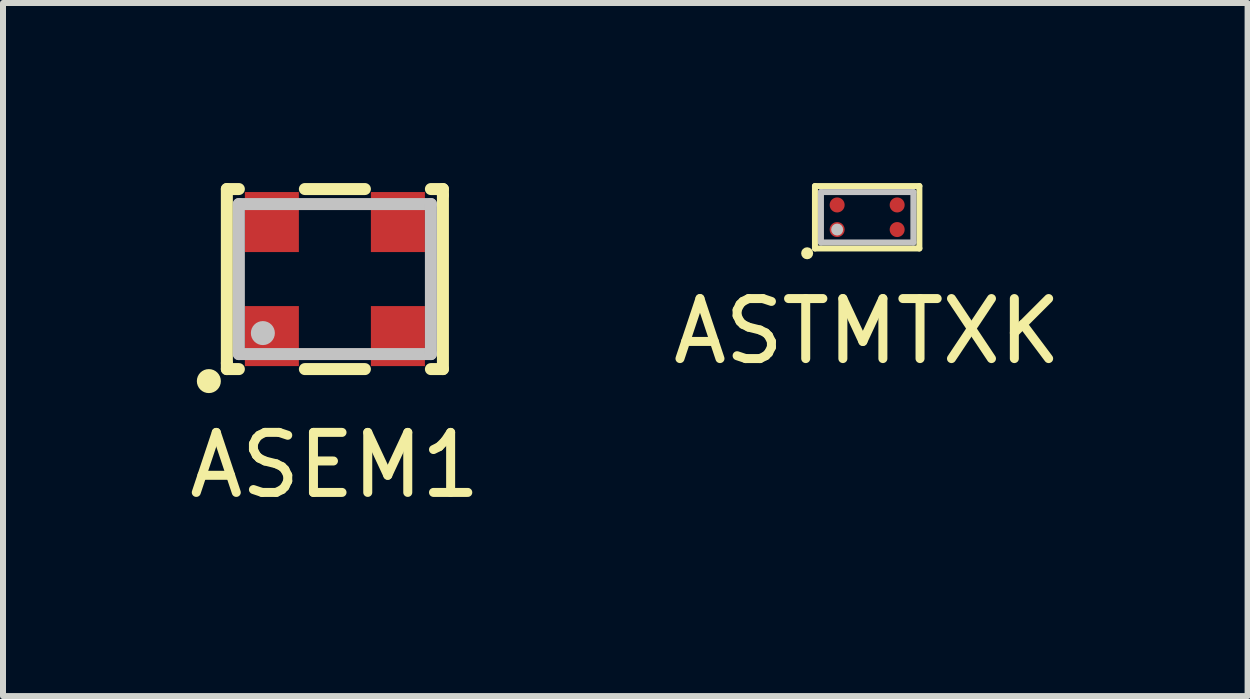
<source format=kicad_pcb>
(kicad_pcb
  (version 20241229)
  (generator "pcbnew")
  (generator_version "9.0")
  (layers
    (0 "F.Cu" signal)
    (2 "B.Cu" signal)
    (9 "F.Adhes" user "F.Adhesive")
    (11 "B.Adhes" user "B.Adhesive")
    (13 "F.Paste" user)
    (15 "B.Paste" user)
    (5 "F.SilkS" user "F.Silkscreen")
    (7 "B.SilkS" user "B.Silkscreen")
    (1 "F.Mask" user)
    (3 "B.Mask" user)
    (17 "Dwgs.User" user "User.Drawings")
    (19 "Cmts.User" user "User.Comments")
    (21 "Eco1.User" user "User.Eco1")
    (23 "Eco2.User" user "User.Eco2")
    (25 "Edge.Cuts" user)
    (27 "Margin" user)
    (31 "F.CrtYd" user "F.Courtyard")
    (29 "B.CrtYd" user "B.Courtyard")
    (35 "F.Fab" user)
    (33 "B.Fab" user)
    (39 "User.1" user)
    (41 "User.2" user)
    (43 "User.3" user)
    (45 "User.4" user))
  (footprint "ASTMTXK"
    (layer "F.Cu")
    (at 11.399 0.57)
    (property "Reference" "ASTMTXK" (at 0 1.9 0) (layer "F.SilkS") (effects (font (size 1 1) (thickness 0.15))))
    (attr through_hole)
    (fp_line (start -0.87 -0.52) (end -0.87 0.52) (stroke (width 0.1) (type solid)) (layer "F.SilkS"))
    (fp_line (start -0.87 0.52) (end 0.87 0.52) (stroke (width 0.1) (type solid)) (layer "F.SilkS"))
    (fp_line (start 0.87 -0.52) (end -0.87 -0.52) (stroke (width 0.1) (type solid)) (layer "F.SilkS"))
    (fp_line (start 0.87 0.52) (end 0.87 -0.52) (stroke (width 0.1) (type solid)) (layer "F.SilkS"))
    (fp_circle (center -1 0.6) (end -0.95 0.6) (stroke (width 0.1) (type solid)) (fill no) (layer "F.SilkS"))
    (fp_line (start -0.77 -0.42) (end -0.77 0.42) (stroke (width 0.1) (type solid)) (layer "Dwgs.User"))
    (fp_line (start -0.77 -0.42) (end 0.77 -0.42) (stroke (width 0.1) (type solid)) (layer "Dwgs.User"))
    (fp_line (start -0.77 0.42) (end 0.77 0.42) (stroke (width 0.1) (type solid)) (layer "Dwgs.User"))
    (fp_line (start 0.77 -0.42) (end 0.77 0.42) (stroke (width 0.1) (type solid)) (layer "Dwgs.User"))
    (fp_circle (center -0.5 0.205) (end -0.45 0.205) (stroke (width 0.1) (type solid)) (fill no) (layer "Dwgs.User"))
    (pad "1" smd circle (at -0.5 0.205) (size 0.25 0.25) (layers "F.Cu" "F.Mask" "F.Paste"))
    (pad "2" smd circle (at 0.5 0.205) (size 0.25 0.25) (layers "F.Cu" "F.Mask" "F.Paste"))
    (pad "3" smd circle (at 0.5 -0.205) (size 0.25 0.25) (layers "F.Cu" "F.Mask" "F.Paste"))
    (pad "4" smd circle (at -0.5 -0.205) (size 0.25 0.25) (layers "F.Cu" "F.Mask" "F.Paste")))
  (footprint "ASEM1"
    (layer "F.Cu")
    (at 2.53 1.6)
    (property "Reference" "ASEM1" (at 0 3.1 0) (layer "F.SilkS") (effects (font (size 1 1) (thickness 0.15))))
    (attr through_hole)
    (fp_line (start -1.8 -1.5) (end -1.8 1.4) (stroke (width 0.2) (type solid)) (layer "F.SilkS"))
    (fp_line (start -1.8 1.4) (end -1.8 1.5) (stroke (width 0.2) (type solid)) (layer "F.SilkS"))
    (fp_line (start -1.8 1.5) (end -1.6 1.5) (stroke (width 0.2) (type solid)) (layer "F.SilkS"))
    (fp_line (start -1.6 -1.5) (end -1.8 -1.5) (stroke (width 0.2) (type solid)) (layer "F.SilkS"))
    (fp_line (start -0.5 -1.5) (end 0.5 -1.5) (stroke (width 0.2) (type solid)) (layer "F.SilkS"))
    (fp_line (start -0.5 1.5) (end 0.5 1.5) (stroke (width 0.2) (type solid)) (layer "F.SilkS"))
    (fp_line (start 1.6 1.5) (end 1.8 1.5) (stroke (width 0.2) (type solid)) (layer "F.SilkS"))
    (fp_line (start 1.8 -1.5) (end 1.6 -1.5) (stroke (width 0.2) (type solid)) (layer "F.SilkS"))
    (fp_line (start 1.8 -1.4) (end 1.8 -1.5) (stroke (width 0.2) (type solid)) (layer "F.SilkS"))
    (fp_line (start 1.8 1.5) (end 1.8 -1.4) (stroke (width 0.2) (type solid)) (layer "F.SilkS"))
    (fp_circle (center -2.1 1.7) (end -2 1.7) (stroke (width 0.2) (type solid)) (fill no) (layer "F.SilkS"))
    (fp_line (start -1.6 -1.25) (end -1.6 1.25) (stroke (width 0.2) (type solid)) (layer "Dwgs.User"))
    (fp_line (start -1.6 -1.25) (end 1.6 -1.25) (stroke (width 0.2) (type solid)) (layer "Dwgs.User"))
    (fp_line (start -1.6 1.25) (end 1.6 1.25) (stroke (width 0.2) (type solid)) (layer "Dwgs.User"))
    (fp_line (start 1.6 -1.25) (end 1.6 1.25) (stroke (width 0.2) (type solid)) (layer "Dwgs.User"))
    (fp_circle (center -1.2 0.9) (end -1.1 0.9) (stroke (width 0.2) (type solid)) (fill no) (layer "Dwgs.User"))
    (pad "1" smd rect (at -1.05 0.95) (size 0.9 1) (layers "F.Cu" "F.Mask" "F.Paste"))
    (pad "2" smd rect (at 1.05 0.95) (size 0.9 1) (layers "F.Cu" "F.Mask" "F.Paste"))
    (pad "3" smd rect (at 1.05 -0.95) (size 0.9 1) (layers "F.Cu" "F.Mask" "F.Paste"))
    (pad "4" smd rect (at -1.05 -0.95) (size 0.9 1) (layers "F.Cu" "F.Mask" "F.Paste")))
  (gr_rect
    (start -3 -3)
    (end 17.738 8.548)
    (stroke (width 0.1) (type default))
    (fill no)
    (layer "Edge.Cuts")))
</source>
